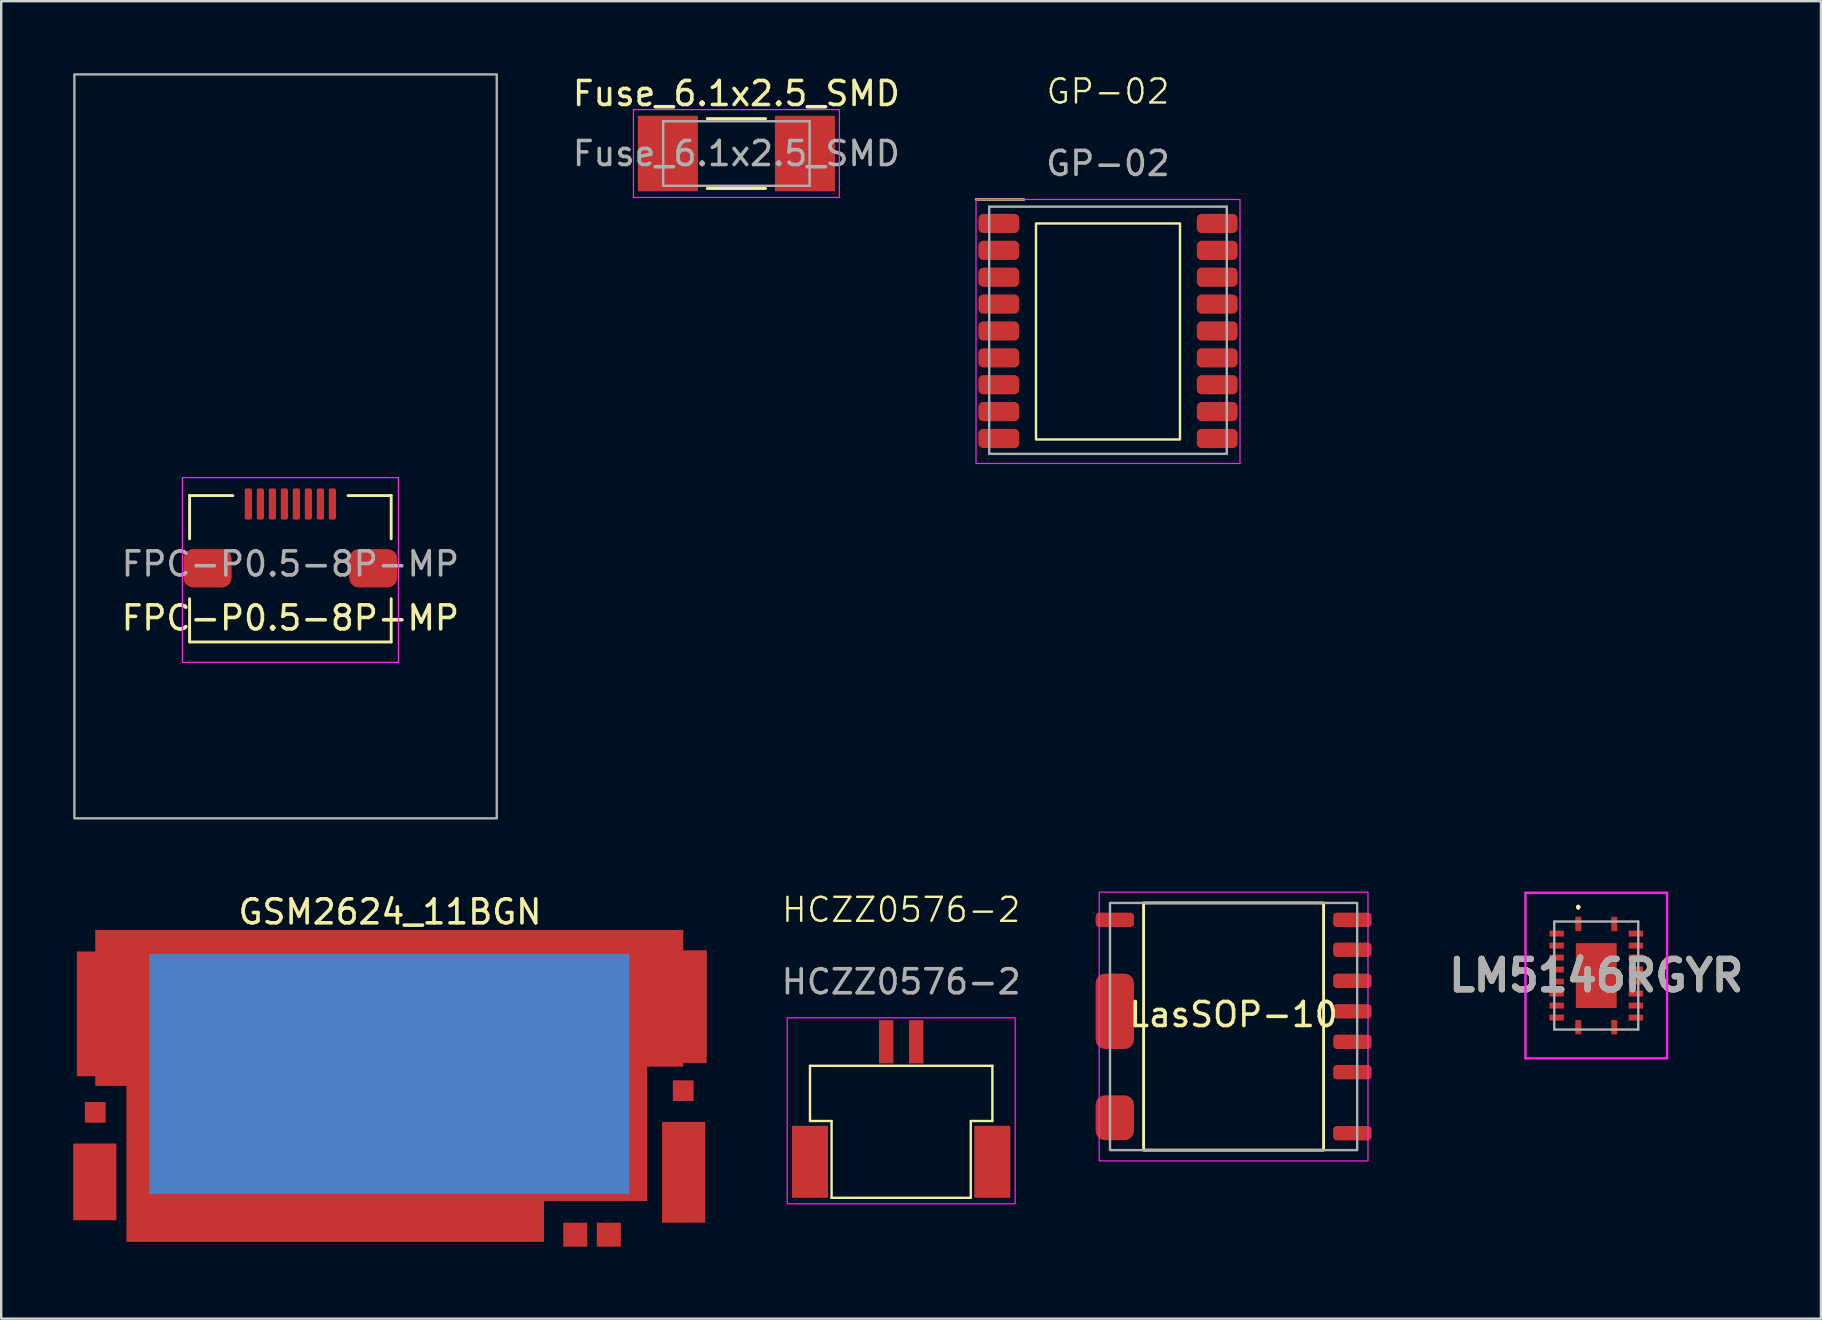
<source format=kicad_pcb>
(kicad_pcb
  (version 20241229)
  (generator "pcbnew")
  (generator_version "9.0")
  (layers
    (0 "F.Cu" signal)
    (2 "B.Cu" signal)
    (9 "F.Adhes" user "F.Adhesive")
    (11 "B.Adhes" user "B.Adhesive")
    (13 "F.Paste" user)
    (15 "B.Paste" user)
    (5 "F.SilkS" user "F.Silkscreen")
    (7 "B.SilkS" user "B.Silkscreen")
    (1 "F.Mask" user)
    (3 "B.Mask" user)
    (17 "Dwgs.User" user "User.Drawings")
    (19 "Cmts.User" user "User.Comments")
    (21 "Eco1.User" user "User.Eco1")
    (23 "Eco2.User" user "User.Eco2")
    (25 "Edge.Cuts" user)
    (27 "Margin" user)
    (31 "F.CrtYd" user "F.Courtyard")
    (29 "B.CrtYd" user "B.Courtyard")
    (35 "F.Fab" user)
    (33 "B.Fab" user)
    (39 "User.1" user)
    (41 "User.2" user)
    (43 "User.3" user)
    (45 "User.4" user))
  (footprint "LM5146RGYR"
    (layer "F.Cu")
    (at 63.464 37.6)
    (property "Reference" "LM5146RGYR" (at 0 0 0) (layer "F.SilkS") (effects (font (size 1.27 1.27) (thickness 0.254))))
    (attr smd)
    (fp_line (start -0.75 -2.9) (end -0.75 -2.9) (stroke (width 0.1) (type solid)) (layer "F.SilkS"))
    (fp_line (start -0.75 -2.8) (end -0.75 -2.8) (stroke (width 0.1) (type solid)) (layer "F.SilkS"))
    (fp_arc (start -0.75 -2.9) (mid -0.7 -2.85) (end -0.75 -2.8) (stroke (width 0.1) (type solid)) (layer "F.SilkS"))
    (fp_arc (start -0.75 -2.8) (mid -0.8 -2.85) (end -0.75 -2.9) (stroke (width 0.1) (type solid)) (layer "F.SilkS"))
    (fp_line (start -2.95 -3.45) (end 2.95 -3.45) (stroke (width 0.1) (type solid)) (layer "F.CrtYd"))
    (fp_line (start -2.95 3.45) (end -2.95 -3.45) (stroke (width 0.1) (type solid)) (layer "F.CrtYd"))
    (fp_line (start 2.95 -3.45) (end 2.95 3.45) (stroke (width 0.1) (type solid)) (layer "F.CrtYd"))
    (fp_line (start 2.95 3.45) (end -2.95 3.45) (stroke (width 0.1) (type solid)) (layer "F.CrtYd"))
    (fp_line (start -1.75 -2.25) (end 1.75 -2.25) (stroke (width 0.1) (type solid)) (layer "F.Fab"))
    (fp_line (start -1.75 2.25) (end -1.75 -2.25) (stroke (width 0.1) (type solid)) (layer "F.Fab"))
    (fp_line (start 1.75 -2.25) (end 1.75 2.25) (stroke (width 0.1) (type solid)) (layer "F.Fab"))
    (fp_line (start 1.75 2.25) (end -1.75 2.25) (stroke (width 0.1) (type solid)) (layer "F.Fab"))
    (fp_text user "${REFERENCE}" (at 0 0 0) (layer "F.Fab") (effects (font (size 1.27 1.27) (thickness 0.254))))
    (pad "1" smd rect (at -0.75 -2.15) (size 0.25 0.6) (layers "F.Cu" "F.Mask" "F.Paste"))
    (pad "2" smd rect (at -1.65 -1.75 90) (size 0.25 0.6) (layers "F.Cu" "F.Mask" "F.Paste"))
    (pad "3" smd rect (at -1.65 -1.25 90) (size 0.25 0.6) (layers "F.Cu" "F.Mask" "F.Paste"))
    (pad "4" smd rect (at -1.65 -0.75 90) (size 0.25 0.6) (layers "F.Cu" "F.Mask" "F.Paste"))
    (pad "5" smd rect (at -1.65 -0.25 90) (size 0.25 0.6) (layers "F.Cu" "F.Mask" "F.Paste"))
    (pad "6" smd rect (at -1.65 0.25 90) (size 0.25 0.6) (layers "F.Cu" "F.Mask" "F.Paste"))
    (pad "7" smd rect (at -1.65 0.75 90) (size 0.25 0.6) (layers "F.Cu" "F.Mask" "F.Paste"))
    (pad "8" smd rect (at -1.65 1.25 90) (size 0.25 0.6) (layers "F.Cu" "F.Mask" "F.Paste"))
    (pad "9" smd rect (at -1.65 1.75 90) (size 0.25 0.6) (layers "F.Cu" "F.Mask" "F.Paste"))
    (pad "10" smd rect (at -0.75 2.15) (size 0.25 0.6) (layers "F.Cu" "F.Mask" "F.Paste"))
    (pad "11" smd rect (at 0.75 2.15) (size 0.25 0.6) (layers "F.Cu" "F.Mask" "F.Paste"))
    (pad "12" smd rect (at 1.65 1.75 90) (size 0.25 0.6) (layers "F.Cu" "F.Mask" "F.Paste"))
    (pad "13" smd rect (at 1.65 1.25 90) (size 0.25 0.6) (layers "F.Cu" "F.Mask" "F.Paste"))
    (pad "14" smd rect (at 1.65 0.75 90) (size 0.25 0.6) (layers "F.Cu" "F.Mask" "F.Paste"))
    (pad "15" smd rect (at 1.65 0.25 90) (size 0.25 0.6) (layers "F.Cu" "F.Mask" "F.Paste"))
    (pad "16" smd rect (at 1.65 -0.25 90) (size 0.25 0.6) (layers "F.Cu" "F.Mask" "F.Paste"))
    (pad "17" smd rect (at 1.65 -0.75 90) (size 0.25 0.6) (layers "F.Cu" "F.Mask" "F.Paste"))
    (pad "18" smd rect (at 1.65 -1.25 90) (size 0.25 0.6) (layers "F.Cu" "F.Mask" "F.Paste"))
    (pad "19" smd rect (at 1.65 -1.75 90) (size 0.25 0.6) (layers "F.Cu" "F.Mask" "F.Paste"))
    (pad "20" smd rect (at 0.75 -2.15) (size 0.25 0.6) (layers "F.Cu" "F.Mask" "F.Paste"))
    (pad "21" smd rect (at 0 0) (size 1.7 2.7) (layers "F.Cu" "F.Mask" "F.Paste")))
  (footprint "Fuse_6.1x2.5_SMD"
    (layer "F.Cu")
    (at 27.635 3.348)
    (property "Reference" "Fuse_6.1x2.5_SMD" (at 0 -2.5 0) (unlocked yes) (layer "F.SilkS") (effects (font (size 1 1) (thickness 0.15))))
    (attr smd)
    (fp_line (start -1.215 -1.455) (end 1.215 -1.455) (stroke (width 0.12) (type solid)) (layer "F.SilkS"))
    (fp_line (start -1.215 1.455) (end 1.215 1.455) (stroke (width 0.12) (type solid)) (layer "F.SilkS"))
    (fp_line (start -4.29 -1.83) (end 4.29 -1.83) (stroke (width 0.05) (type solid)) (layer "F.CrtYd"))
    (fp_line (start -4.29 1.83) (end -4.29 -1.83) (stroke (width 0.05) (type solid)) (layer "F.CrtYd"))
    (fp_line (start 4.29 -1.83) (end 4.29 1.83) (stroke (width 0.05) (type solid)) (layer "F.CrtYd"))
    (fp_line (start 4.29 1.83) (end -4.29 1.83) (stroke (width 0.05) (type solid)) (layer "F.CrtYd"))
    (fp_line (start -3.05 -1.345) (end -3.05 1.345) (stroke (width 0.1) (type solid)) (layer "F.Fab"))
    (fp_line (start -3.05 -1.345) (end 3.05 -1.345) (stroke (width 0.1) (type solid)) (layer "F.Fab"))
    (fp_line (start -3.05 1.345) (end 3.05 1.345) (stroke (width 0.1) (type solid)) (layer "F.Fab"))
    (fp_line (start 3.05 1.345) (end 3.05 -1.345) (stroke (width 0.1) (type solid)) (layer "F.Fab"))
    (fp_text user "${REFERENCE}" (at 0 0 0) (layer "F.Fab") (effects (font (size 1 1) (thickness 0.15))))
    (pad "1" smd rect (at -2.855 0) (size 2.5 3.15) (layers "F.Cu" "F.Mask" "F.Paste"))
    (pad "2" smd rect (at 2.855 0) (size 2.5 3.15) (layers "F.Cu" "F.Mask" "F.Paste")))
  (footprint "GP-02"
    (layer "F.Cu")
    (at 43.119 6.261)
    (property "Reference" "GP-02" (at 0 -5.5 0) (unlocked yes) (layer "F.SilkS") (effects (font (size 1 1) (thickness 0.1))))
    (attr smd)
    (fp_line (start -5.5 -1) (end -3.5 -1) (stroke (width 0.1) (type solid)) (layer "F.SilkS"))
    (fp_rect (start -3 0) (end 3 9) (stroke (width 0.1) (type default)) (fill no) (layer "F.SilkS"))
    (fp_rect (start -5.5 -1) (end 5.5 10) (stroke (width 0.05) (type default)) (fill no) (layer "F.CrtYd"))
    (fp_line (start -4.95 -0.7) (end 4.95 -0.7) (stroke (width 0.1) (type default)) (layer "F.Fab"))
    (fp_line (start -4.95 9.6) (end -4.95 -0.7) (stroke (width 0.1) (type default)) (layer "F.Fab"))
    (fp_line (start 4.95 -0.7) (end 4.95 9.6) (stroke (width 0.1) (type default)) (layer "F.Fab"))
    (fp_line (start 4.95 9.6) (end -4.95 9.6) (stroke (width 0.1) (type default)) (layer "F.Fab"))
    (fp_text user "${REFERENCE}" (at 0 -2.5 0) (unlocked yes) (layer "F.Fab") (effects (font (size 1 1) (thickness 0.15))))
    (pad "1" smd roundrect (at -4.55 0) (size 1.7 0.8) (layers "F.Cu" "F.Mask" "F.Paste") (roundrect_rratio 0.25))
    (pad "2" smd roundrect (at -4.55 1.12) (size 1.7 0.8) (layers "F.Cu" "F.Mask" "F.Paste") (roundrect_rratio 0.25))
    (pad "3" smd roundrect (at -4.55 2.24) (size 1.7 0.8) (layers "F.Cu" "F.Mask" "F.Paste") (roundrect_rratio 0.25))
    (pad "4" smd roundrect (at -4.55 3.36) (size 1.7 0.8) (layers "F.Cu" "F.Mask" "F.Paste") (roundrect_rratio 0.25))
    (pad "5" smd roundrect (at -4.55 4.48) (size 1.7 0.8) (layers "F.Cu" "F.Mask" "F.Paste") (roundrect_rratio 0.25))
    (pad "6" smd roundrect (at -4.55 5.6) (size 1.7 0.8) (layers "F.Cu" "F.Mask" "F.Paste") (roundrect_rratio 0.25))
    (pad "7" smd roundrect (at -4.55 6.72) (size 1.7 0.8) (layers "F.Cu" "F.Mask" "F.Paste") (roundrect_rratio 0.25))
    (pad "8" smd roundrect (at -4.55 7.84) (size 1.7 0.8) (layers "F.Cu" "F.Mask" "F.Paste") (roundrect_rratio 0.25))
    (pad "9" smd roundrect (at -4.55 8.96) (size 1.7 0.8) (layers "F.Cu" "F.Mask" "F.Paste") (roundrect_rratio 0.25))
    (pad "10" smd roundrect (at 4.55 8.96) (size 1.7 0.8) (layers "F.Cu" "F.Mask" "F.Paste") (roundrect_rratio 0.25))
    (pad "11" smd roundrect (at 4.55 7.84) (size 1.7 0.8) (layers "F.Cu" "F.Mask" "F.Paste") (roundrect_rratio 0.25))
    (pad "12" smd roundrect (at 4.55 6.72) (size 1.7 0.8) (layers "F.Cu" "F.Mask" "F.Paste") (roundrect_rratio 0.25))
    (pad "13" smd roundrect (at 4.55 5.6) (size 1.7 0.8) (layers "F.Cu" "F.Mask" "F.Paste") (roundrect_rratio 0.25))
    (pad "14" smd roundrect (at 4.55 4.48) (size 1.7 0.8) (layers "F.Cu" "F.Mask" "F.Paste") (roundrect_rratio 0.25))
    (pad "15" smd roundrect (at 4.55 3.36) (size 1.7 0.8) (layers "F.Cu" "F.Mask" "F.Paste") (roundrect_rratio 0.25))
    (pad "16" smd roundrect (at 4.55 2.24) (size 1.7 0.8) (layers "F.Cu" "F.Mask" "F.Paste") (roundrect_rratio 0.25))
    (pad "17" smd roundrect (at 4.55 1.12) (size 1.7 0.8) (layers "F.Cu" "F.Mask" "F.Paste") (roundrect_rratio 0.25))
    (pad "18" smd roundrect (at 4.55 0) (size 1.7 0.8) (layers "F.Cu" "F.Mask" "F.Paste") (roundrect_rratio 0.25)))
  (footprint "HCZZ0576-2"
    (layer "F.Cu")
    (at 34.501 40.361)
    (property "Reference" "HCZZ0576-2" (at 0 -5.5 0) (unlocked yes) (layer "F.SilkS") (effects (font (size 1 1) (thickness 0.1))))
    (attr smd)
    (fp_line (start -3.8 1) (end -3.8 3.3) (stroke (width 0.1) (type default)) (layer "F.SilkS"))
    (fp_line (start -3.8 3.3) (end -2.9 3.3) (stroke (width 0.1) (type default)) (layer "F.SilkS"))
    (fp_line (start -2.9 3.3) (end -2.9 6.5) (stroke (width 0.1) (type default)) (layer "F.SilkS"))
    (fp_line (start -2.9 6.5) (end 2.9 6.5) (stroke (width 0.1) (type default)) (layer "F.SilkS"))
    (fp_line (start 2.9 3.3) (end 2.9 6.5) (stroke (width 0.1) (type default)) (layer "F.SilkS"))
    (fp_line (start 2.9 3.3) (end 3.8 3.3) (stroke (width 0.1) (type default)) (layer "F.SilkS"))
    (fp_line (start 3.8 1) (end -3.8 1) (stroke (width 0.1) (type default)) (layer "F.SilkS"))
    (fp_line (start 3.8 1) (end 3.8 3.3) (stroke (width 0.1) (type default)) (layer "F.SilkS"))
    (fp_rect (start -4.75 -1) (end 4.75 6.75) (stroke (width 0.05) (type default)) (fill no) (layer "F.CrtYd"))
    (fp_text user "${REFERENCE}" (at 0 -2.5 0) (unlocked yes) (layer "F.Fab") (effects (font (size 1 1) (thickness 0.15))))
    (pad "1" smd rect (at -0.625 0) (size 0.6 1.8) (layers "F.Cu" "F.Mask" "F.Paste"))
    (pad "2" smd rect (at 0.625 0) (size 0.6 1.8) (layers "F.Cu" "F.Mask" "F.Paste"))
    (pad "MP" smd rect (at -3.8 5) (size 1.5 3) (layers "F.Cu" "F.Mask" "F.Paste"))
    (pad "MP" smd rect (at 3.8 5) (size 1.5 3) (layers "F.Cu" "F.Mask" "F.Paste")))
  (footprint "LasSOP-10"
    (layer "F.Cu")
    (at 48.352 39.725)
    (property "Reference" "LasSOP-10" (at 0 -0.5 0) (unlocked yes) (layer "F.SilkS") (effects (font (size 1 1) (thickness 0.15))))
    (attr smd)
    (fp_rect (start -3.75 -5.15) (end 3.75 5.15) (stroke (width 0.12) (type default)) (fill no) (layer "F.SilkS"))
    (fp_rect (start -5.6 -5.6) (end 5.6 5.6) (stroke (width 0.05) (type default)) (fill no) (layer "F.CrtYd"))
    (fp_rect (start -5.15 -5.15) (end 5.15 5.15) (stroke (width 0.1) (type default)) (fill no) (layer "F.Fab"))
    (pad "1" smd roundrect (at -4.95 -4.445) (size 1.6 0.6) (layers "F.Cu" "F.Mask" "F.Paste") (roundrect_rratio 0.25))
    (pad "2" smd roundrect (at -4.95 -0.635) (size 1.6 3.14) (layers "F.Cu" "F.Mask" "F.Paste") (roundrect_rratio 0.25))
    (pad "3" smd roundrect (at -4.95 3.8) (size 1.6 1.87) (layers "F.Cu" "F.Mask" "F.Paste") (roundrect_rratio 0.25))
    (pad "4" smd roundrect (at 4.95 4.445) (size 1.6 0.6) (layers "F.Cu" "F.Mask" "F.Paste") (roundrect_rratio 0.25))
    (pad "5" smd roundrect (at 4.95 1.9) (size 1.6 0.6) (layers "F.Cu" "F.Mask" "F.Paste") (roundrect_rratio 0.25))
    (pad "6" smd roundrect (at 4.95 0.635) (size 1.6 0.6) (layers "F.Cu" "F.Mask" "F.Paste") (roundrect_rratio 0.25))
    (pad "7" smd roundrect (at 4.95 -0.635) (size 1.6 0.6) (layers "F.Cu" "F.Mask" "F.Paste") (roundrect_rratio 0.25))
    (pad "8" smd roundrect (at 4.95 -1.905) (size 1.6 0.6) (layers "F.Cu" "F.Mask" "F.Paste") (roundrect_rratio 0.25))
    (pad "9" smd roundrect (at 4.95 -3.2) (size 1.6 0.6) (layers "F.Cu" "F.Mask" "F.Paste") (roundrect_rratio 0.25))
    (pad "10" smd roundrect (at 4.95 -4.445) (size 1.6 0.6) (layers "F.Cu" "F.Mask" "F.Paste") (roundrect_rratio 0.25)))
  (footprint "FPC-P0.5-8P-MP"
    (layer "F.Cu")
    (at 9.05 17.95)
    (property "Reference" "FPC-P0.5-8P-MP" (at 0 4.75 0) (unlocked yes) (layer "F.SilkS") (effects (font (size 1 1) (thickness 0.15))))
    (attr smd)
    (fp_line (start -4.2 -0.35) (end -4.2 1.45) (stroke (width 0.12) (type default)) (layer "F.SilkS"))
    (fp_line (start -4.2 -0.35) (end -2.4 -0.35) (stroke (width 0.12) (type default)) (layer "F.SilkS"))
    (fp_line (start -4.2 5.75) (end -4.2 3.95) (stroke (width 0.12) (type default)) (layer "F.SilkS"))
    (fp_line (start -4.2 5.75) (end 4.2 5.75) (stroke (width 0.12) (type default)) (layer "F.SilkS"))
    (fp_line (start 4.2 -0.35) (end 2.4 -0.35) (stroke (width 0.12) (type default)) (layer "F.SilkS"))
    (fp_line (start 4.2 -0.35) (end 4.2 1.45) (stroke (width 0.12) (type default)) (layer "F.SilkS"))
    (fp_line (start 4.2 5.75) (end 4.2 3.95) (stroke (width 0.12) (type default)) (layer "F.SilkS"))
    (fp_rect (start -4.5 -1.1) (end 4.5 6.6) (stroke (width 0.05) (type default)) (fill no) (layer "F.CrtYd"))
    (fp_rect (start -9 -17.9) (end 8.6 13.1) (stroke (width 0.1) (type default)) (fill no) (layer "F.Fab"))
    (fp_text user "${REFERENCE}" (at 0 2.5 0) (unlocked yes) (layer "F.Fab") (effects (font (size 1 1) (thickness 0.15))))
    (pad "1" smd roundrect (at 1.75 0) (size 0.3 1.3) (layers "F.Cu" "F.Mask" "F.Paste") (roundrect_rratio 0.25))
    (pad "2" smd roundrect (at 1.25 0) (size 0.3 1.3) (layers "F.Cu" "F.Mask" "F.Paste") (roundrect_rratio 0.25))
    (pad "3" smd roundrect (at 0.75 0) (size 0.3 1.3) (layers "F.Cu" "F.Mask" "F.Paste") (roundrect_rratio 0.25))
    (pad "4" smd roundrect (at 0.25 0) (size 0.3 1.3) (layers "F.Cu" "F.Mask" "F.Paste") (roundrect_rratio 0.25))
    (pad "5" smd roundrect (at -0.25 0) (size 0.3 1.3) (layers "F.Cu" "F.Mask" "F.Paste") (roundrect_rratio 0.25))
    (pad "6" smd roundrect (at -0.75 0) (size 0.3 1.3) (layers "F.Cu" "F.Mask" "F.Paste") (roundrect_rratio 0.25))
    (pad "7" smd roundrect (at -1.25 0) (size 0.3 1.3) (layers "F.Cu" "F.Mask" "F.Paste") (roundrect_rratio 0.25))
    (pad "8" smd roundrect (at -1.75 0) (size 0.3 1.3) (layers "F.Cu" "F.Mask" "F.Paste") (roundrect_rratio 0.25))
    (pad "MP" smd roundrect (at -3.45 2.68) (size 2 1.6) (layers "F.Cu" "F.Mask" "F.Paste") (roundrect_rratio 0.25))
    (pad "MP" smd roundrect (at 3.45 2.68) (size 2 1.6) (layers "F.Cu" "F.Mask" "F.Paste") (roundrect_rratio 0.25)))
  (footprint "GSM2624_11BGN"
    (layer "F.Cu")
    (at 13.169 42.198)
    (property "Reference" "GSM2624_11BGN" (at 0.031 -7.25 0) (layer "F.SilkS") (effects (font (size 1 1) (thickness 0.15))))
    (fp_line (start -12.25 -6.5) (end 12.25 -6.5) (stroke (width 0.1) (type solid)) (layer "User.2"))
    (fp_line (start -12.25 6.5) (end -12.25 -6.5) (stroke (width 0.1) (type solid)) (layer "User.2"))
    (fp_line (start -12.25 6.5) (end 12.25 6.5) (stroke (width 0.1) (type solid)) (layer "User.2"))
    (fp_line (start 12.25 6.5) (end 12.25 -6.5) (stroke (width 0.1) (type solid)) (layer "User.2"))
    (pad "1" smd rect (at -12.219 -3) (size 1.6 5.2) (layers "F.Cu" "F.Mask" "F.Paste"))
    (pad "1" smd rect (at 0 -0.5) (size 20 10) (layers "B.Cu" "B.Mask" "B.Paste"))
    (pad "1" smd circle (at 0 0) (size 0.025 0.025) (layers "F.Cu" "F.Mask" "F.Paste"))
    (pad "1" smd custom (at 6.45 6.5) (size 0.000001 0.000001) (layers "F.Cu" "F.Mask" "F.Paste") (options (anchor circle)) (primitives (gr_poly (pts (xy 0 0) (xy 0 -1.7) (xy 4.3 -1.7) (xy 4.3 -7.3) (xy 5.8 -7.3) (xy 5.8 -13) (xy -18.7 -13) (xy -18.7 -6.5) (xy -17.4 -6.5) (xy -17.4 0)) (width 0) (fill yes))))
    (pad "1" smd rect (at 12.331 -3.3) (size 1.8 4.7) (layers "F.Cu" "F.Mask" "F.Paste"))
    (pad "2" smd rect (at -12.25 1.102) (size 0.864 0.864) (layers "F.Cu" "F.Mask" "F.Paste"))
    (pad "3" smd rect (at -12.269 4) (size 1.8 3.2) (layers "F.Cu" "F.Mask" "F.Paste"))
    (pad "3" smd rect (at 12.269 3.6) (size 1.8 4.2) (layers "F.Cu" "F.Mask" "F.Paste"))
    (pad "4" smd rect (at 7.75 6.2 90) (size 1 1) (layers "F.Cu" "F.Mask" "F.Paste"))
    (pad "5" smd rect (at 9.15 6.2 90) (size 1 1) (layers "F.Cu" "F.Mask" "F.Paste"))
    (pad "6" smd rect (at 12.25 0.2) (size 0.864 0.864) (layers "F.Cu" "F.Mask" "F.Paste"))
    (zone (net_name "") (layer "F.Cu") (hatch edge 0.5) (connect_pads) (min_thickness 0.25) (filled_areas_thickness no) (keepout (tracks allowed) (vias allowed) (pads allowed) (copperpour not_allowed) (footprints allowed)) (placement (enabled no)) (fill) (polygon (pts (xy 23.919 46.998) (xy 19.619 46.998) (xy 19.619 48.698) (xy 25.419 48.698) (xy 25.419 41.398) (xy 23.919 41.398)))))
  (gr_rect
    (start -3 -3)
    (end 72.827 51.898)
    (stroke (width 0.1) (type default))
    (fill no)
    (layer "Edge.Cuts")))
</source>
